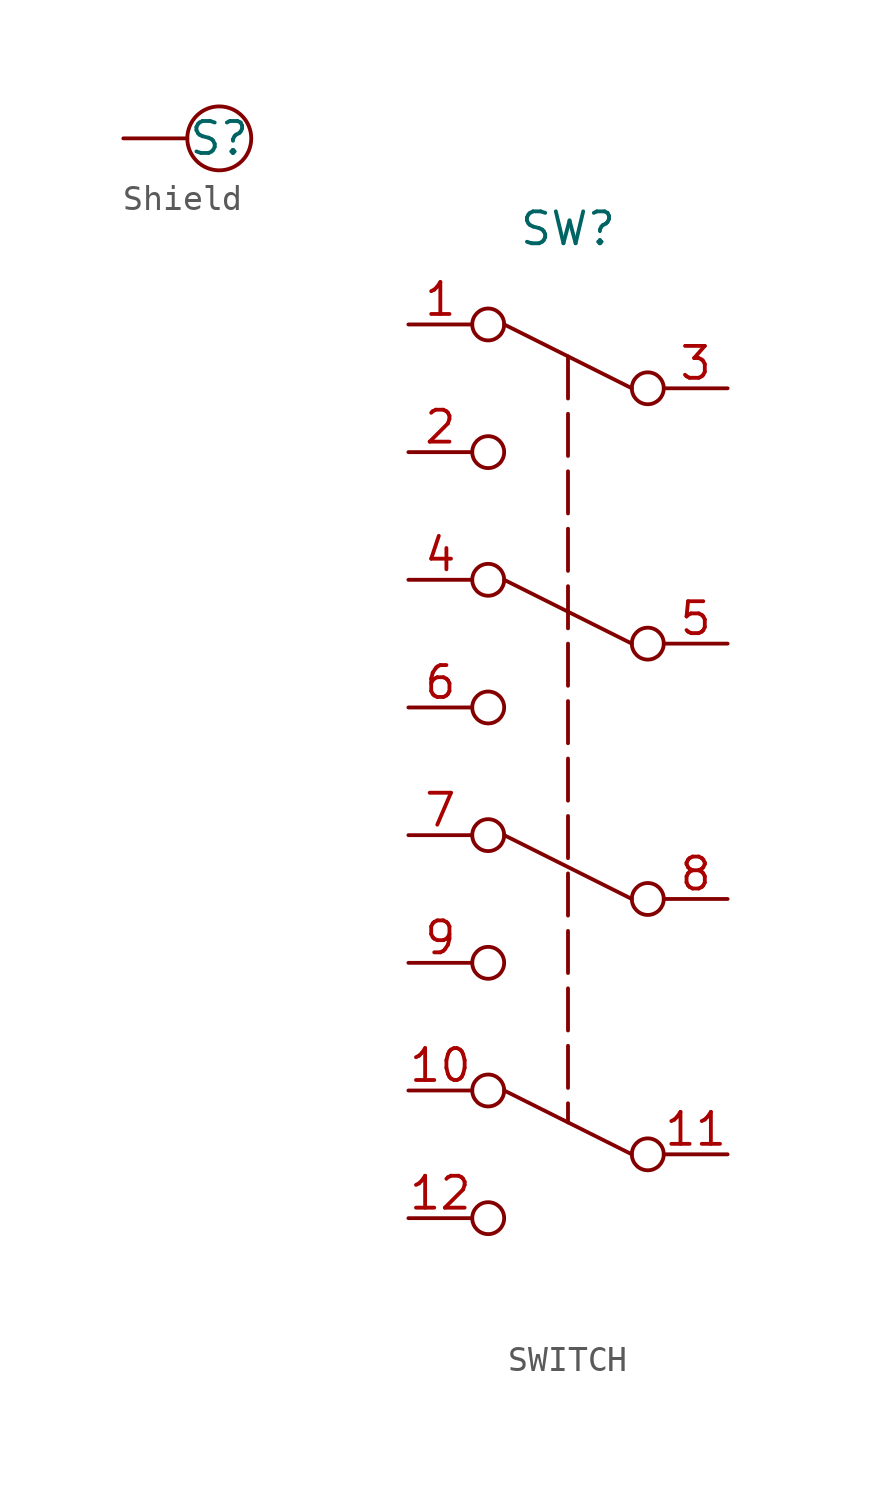
<source format=kicad_sym>
(kicad_symbol_lib
  (version 20220914)
  (generator kicad_symbol_editor)
  (symbol "Shield"
    (pin_numbers hide)
    (pin_names
      (offset 0) hide)
    (property "Reference" "S"
      (at 0 0 0)
      (effects (font (size 1.27 1.27))))
    (property "Value" ""
      (at 0 0 0)
      (effects (font (size 1.27 1.27))))
    (symbol "Shield_0_1"
      (circle (center 0 0) (radius 1.27) (stroke (width 0) (type default)) (fill (type none))))
    (symbol "Shield_1_1"
      (pin passive line (at -3.81 0 0) (length 2.54) (name "S" (effects (font (size 1.27 1.27)))) (number "" (effects (font (size 1.27 1.27)))))))
  (symbol "SWITCH"
    (pin_names hide)
    (property "Reference" "SW"
      (at 0 6.35 0)
      (effects (font (size 1.27 1.27))))
    (symbol "SWITCH_0_1"
      (circle (center -3.175 -33.02) (radius 0.635) (stroke (width 0) (type default)) (fill (type none)))
      (circle (center -3.175 -27.94) (radius 0.635) (stroke (width 0) (type default)) (fill (type none)))
      (circle (center -3.175 -22.86) (radius 0.635) (stroke (width 0) (type default)) (fill (type none)))
      (circle (center -3.175 -17.78) (radius 0.635) (stroke (width 0) (type default)) (fill (type none)))
      (circle (center -3.175 -12.7) (radius 0.635) (stroke (width 0) (type default)) (fill (type none)))
      (circle (center -3.175 -7.62) (radius 0.635) (stroke (width 0) (type default)) (fill (type none)))
      (circle (center -3.175 -2.54) (radius 0.635) (stroke (width 0) (type default)) (fill (type none)))
      (circle (center -3.175 2.54) (radius 0.635) (stroke (width 0) (type default)) (fill (type none)))
      (polyline (pts (xy -2.54 -27.94) (xy 2.54 -30.48)) (stroke (width 0) (type default)) (fill (type none)))
      (polyline (pts (xy -2.54 -17.78) (xy 2.54 -20.32)) (stroke (width 0) (type default)) (fill (type none)))
      (polyline (pts (xy -2.54 -7.62) (xy 2.54 -10.16)) (stroke (width 0) (type default)) (fill (type none)))
      (polyline (pts (xy -2.54 2.54) (xy 2.54 0)) (stroke (width 0) (type default)) (fill (type none)))
      (circle (center 3.175 -30.48) (radius 0.635) (stroke (width 0) (type default)) (fill (type none)))
      (circle (center 3.175 -20.32) (radius 0.635) (stroke (width 0) (type default)) (fill (type none)))
      (circle (center 3.175 -10.16) (radius 0.635) (stroke (width 0) (type default)) (fill (type none)))
      (circle (center 3.175 0) (radius 0.635) (stroke (width 0) (type default)) (fill (type none))))
    (symbol "SWITCH_1_1"
      (polyline (pts (xy 0 1.27) (xy 0 -29.21)) (stroke (width 0) (type dash)) (fill (type none)))
      (pin passive line (at -6.35 2.54 0) (length 2.54) (name "A.1" (effects (font (size 1.27 1.27)))) (number "1" (effects (font (size 1.27 1.27)))))
      (pin passive line (at -6.35 -27.94 0) (length 2.54) (name "D.1" (effects (font (size 1.27 1.27)))) (number "10" (effects (font (size 1.27 1.27)))))
      (pin passive line (at 6.35 -30.48 180) (length 2.54) (name "D" (effects (font (size 1.27 1.27)))) (number "11" (effects (font (size 1.27 1.27)))))
      (pin passive line (at -6.35 -33.02 0) (length 2.54) (name "D.2" (effects (font (size 1.27 1.27)))) (number "12" (effects (font (size 1.27 1.27)))))
      (pin passive line (at -6.35 -2.54 0) (length 2.54) (name "A.2" (effects (font (size 1.27 1.27)))) (number "2" (effects (font (size 1.27 1.27)))))
      (pin passive line (at 6.35 0 180) (length 2.54) (name "A" (effects (font (size 1.27 1.27)))) (number "3" (effects (font (size 1.27 1.27)))))
      (pin passive line (at -6.35 -7.62 0) (length 2.54) (name "B.1" (effects (font (size 1.27 1.27)))) (number "4" (effects (font (size 1.27 1.27)))))
      (pin passive line (at 6.35 -10.16 180) (length 2.54) (name "B" (effects (font (size 1.27 1.27)))) (number "5" (effects (font (size 1.27 1.27)))))
      (pin passive line (at -6.35 -12.7 0) (length 2.54) (name "B.2" (effects (font (size 1.27 1.27)))) (number "6" (effects (font (size 1.27 1.27)))))
      (pin passive line (at -6.35 -17.78 0) (length 2.54) (name "C.1" (effects (font (size 1.27 1.27)))) (number "7" (effects (font (size 1.27 1.27)))))
      (pin passive line (at 6.35 -20.32 180) (length 2.54) (name "C" (effects (font (size 1.27 1.27)))) (number "8" (effects (font (size 1.27 1.27)))))
      (pin passive line (at -6.35 -22.86 0) (length 2.54) (name "C.2" (effects (font (size 1.27 1.27)))) (number "9" (effects (font (size 1.27 1.27))))))))
</source>
